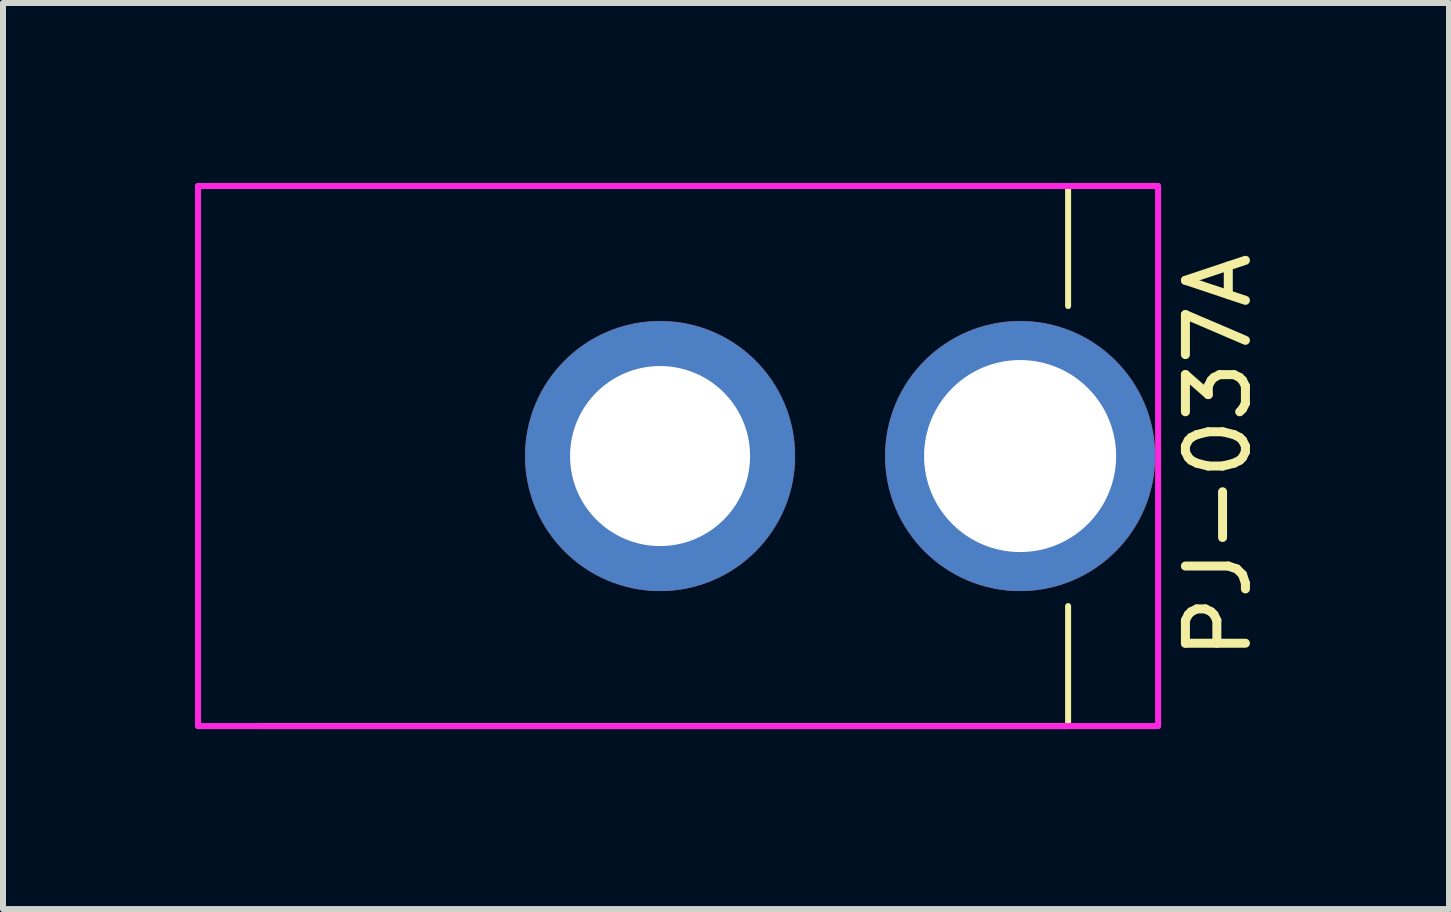
<source format=kicad_pcb>
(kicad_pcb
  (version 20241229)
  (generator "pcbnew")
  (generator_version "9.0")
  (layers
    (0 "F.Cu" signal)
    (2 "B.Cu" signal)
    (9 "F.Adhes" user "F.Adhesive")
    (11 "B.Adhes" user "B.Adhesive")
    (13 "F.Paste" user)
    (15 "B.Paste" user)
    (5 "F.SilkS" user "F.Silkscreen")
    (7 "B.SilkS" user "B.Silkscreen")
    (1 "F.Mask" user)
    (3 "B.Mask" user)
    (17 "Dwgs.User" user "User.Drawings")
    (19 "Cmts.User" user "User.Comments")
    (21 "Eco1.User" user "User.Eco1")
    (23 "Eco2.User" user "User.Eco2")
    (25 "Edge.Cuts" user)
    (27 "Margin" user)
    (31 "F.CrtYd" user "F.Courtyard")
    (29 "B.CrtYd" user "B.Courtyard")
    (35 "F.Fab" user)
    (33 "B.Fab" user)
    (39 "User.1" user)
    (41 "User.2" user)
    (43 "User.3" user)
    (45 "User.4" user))
  (footprint "PJ-037A"
    (layer "F.Cu")
    (at 0.25 4.55)
    (property "Reference" "PJ-037A" (at 17 0 90) (layer "F.SilkS") (effects (font (size 1 1) (thickness 0.15))))
    (attr through_hole)
    (fp_line (start 1 -4.5) (end 14.5 -4.5) (stroke (width 0.1) (type solid)) (layer "F.SilkS"))
    (fp_line (start 1 4.5) (end 14.5 4.5) (stroke (width 0.1) (type solid)) (layer "F.SilkS"))
    (fp_line (start 14.5 -4.5) (end 14.5 -2.5) (stroke (width 0.1) (type solid)) (layer "F.SilkS"))
    (fp_line (start 14.5 4.5) (end 14.5 2.5) (stroke (width 0.1) (type solid)) (layer "F.SilkS"))
    (fp_line (start 0 -4.5) (end 16 -4.5) (stroke (width 0.1) (type solid)) (layer "F.CrtYd"))
    (fp_line (start 0 4.5) (end 0 -4.5) (stroke (width 0.1) (type solid)) (layer "F.CrtYd"))
    (fp_line (start 0 4.5) (end 16 4.5) (stroke (width 0.1) (type solid)) (layer "F.CrtYd"))
    (fp_line (start 16 -4.5) (end 16 4.5) (stroke (width 0.1) (type solid)) (layer "F.CrtYd"))
    (pad "1" thru_hole circle (at 13.7 0) (size 4.5 4.5) (drill 3.2) (layers "*.Cu" "*.Mask"))
    (pad "2" thru_hole circle (at 7.7 0) (size 4.5 4.5) (drill 3) (layers "*.Cu" "*.Mask")))
  (gr_rect
    (start -3 -3)
    (end 21.098 12.1)
    (stroke (width 0.1) (type default))
    (fill no)
    (layer "Edge.Cuts")))
</source>
